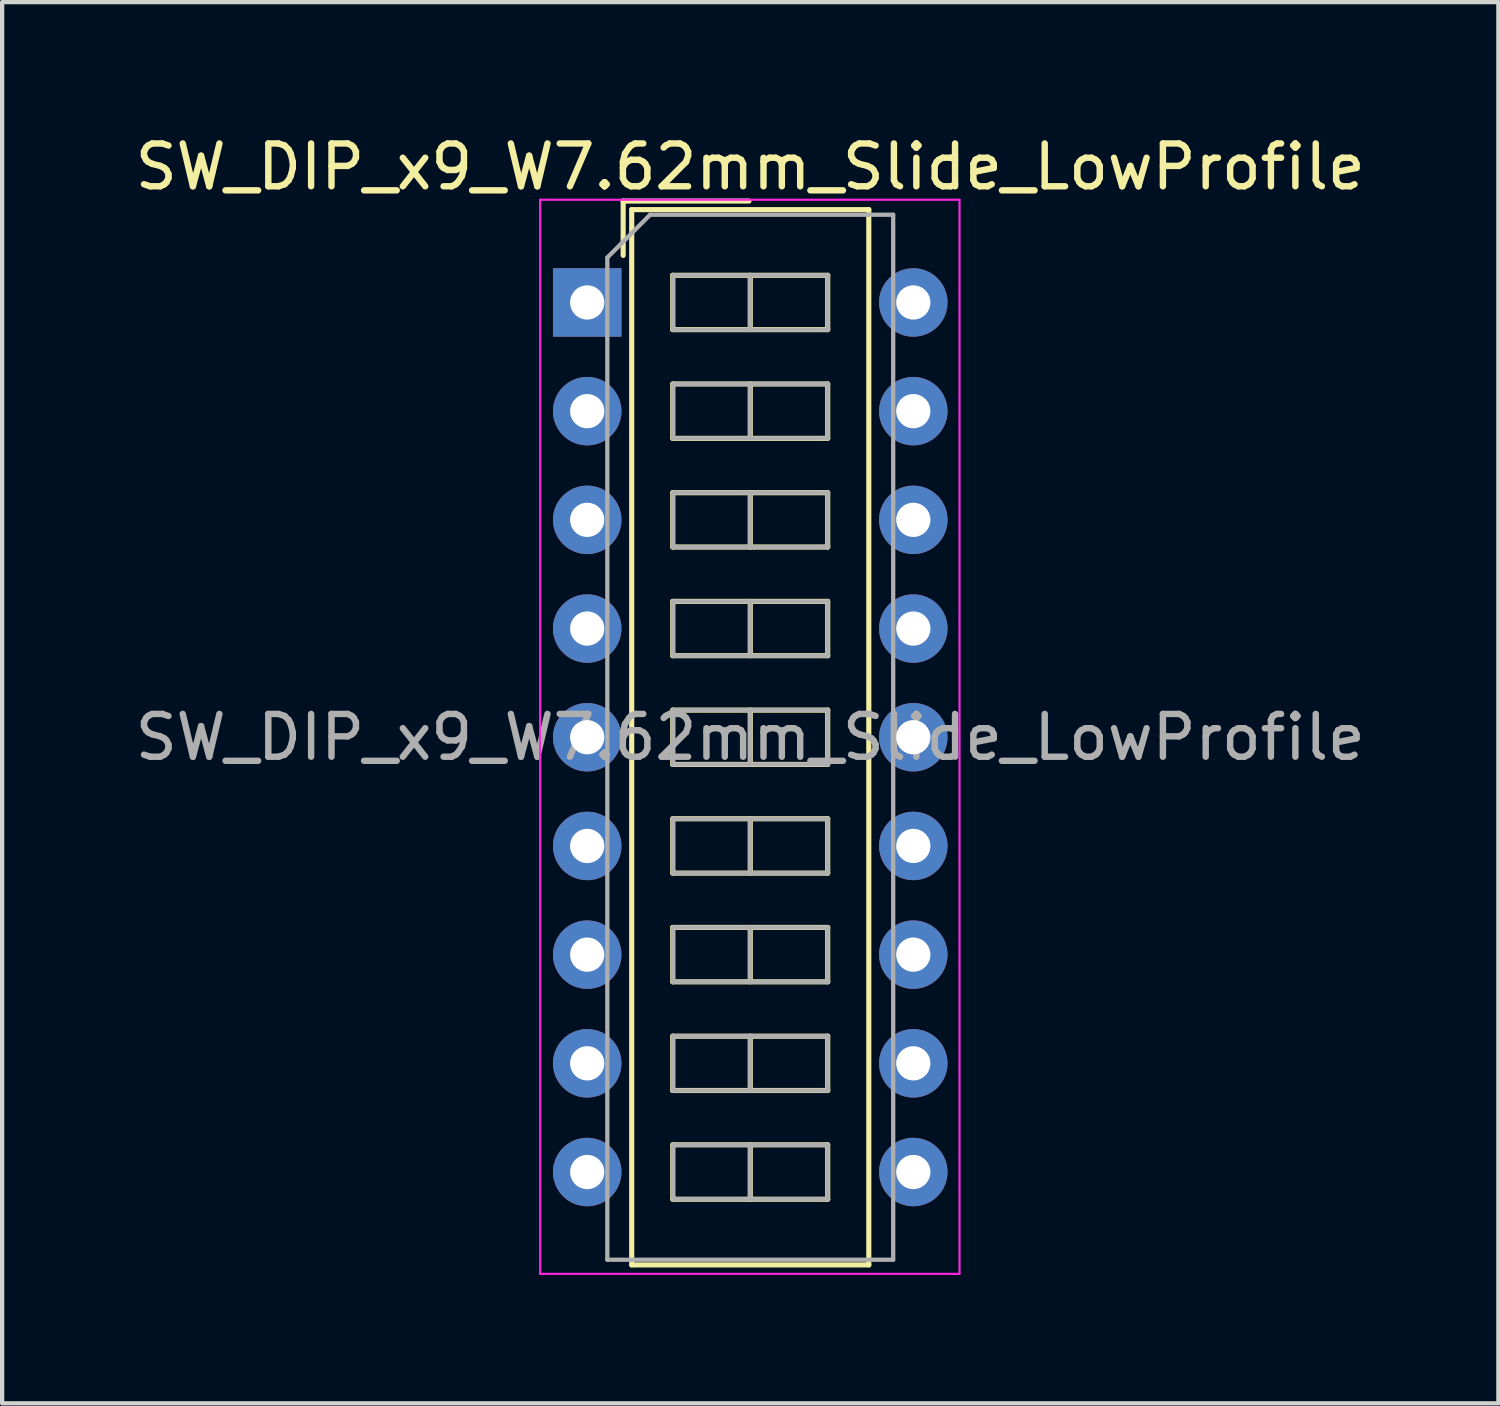
<source format=kicad_pcb>
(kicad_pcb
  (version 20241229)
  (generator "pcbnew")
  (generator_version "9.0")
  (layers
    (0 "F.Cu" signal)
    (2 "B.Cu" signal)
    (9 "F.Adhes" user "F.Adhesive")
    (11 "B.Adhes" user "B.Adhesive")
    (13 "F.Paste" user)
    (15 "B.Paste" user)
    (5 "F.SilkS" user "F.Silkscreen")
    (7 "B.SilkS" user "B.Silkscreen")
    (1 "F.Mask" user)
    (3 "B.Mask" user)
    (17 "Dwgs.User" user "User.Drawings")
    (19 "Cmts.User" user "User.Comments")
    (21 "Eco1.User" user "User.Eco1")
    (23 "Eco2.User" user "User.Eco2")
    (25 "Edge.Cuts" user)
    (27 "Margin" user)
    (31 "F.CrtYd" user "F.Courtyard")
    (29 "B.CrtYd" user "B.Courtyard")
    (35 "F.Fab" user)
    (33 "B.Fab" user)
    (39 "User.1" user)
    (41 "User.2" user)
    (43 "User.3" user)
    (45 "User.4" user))
  (footprint "SW_DIP_x9_W7.62mm_Slide_LowProfile"
    (layer "F.Cu")
    (at 10.672 4.018)
    (property "Reference" "SW_DIP_x9_W7.62mm_Slide_LowProfile" (at 3.81 -3.17 0) (layer "F.SilkS") (effects (font (size 1 1) (thickness 0.15))))
    (attr through_hole)
    (fp_line (start 0.84 -2.37) (end 0.84 -1.1) (stroke (width 0.12) (type solid)) (layer "F.SilkS"))
    (fp_line (start 0.84 -2.37) (end 3.78 -2.37) (stroke (width 0.12) (type solid)) (layer "F.SilkS"))
    (fp_line (start 1.04 -2.17) (end 6.58 -2.17) (stroke (width 0.12) (type solid)) (layer "F.SilkS"))
    (fp_line (start 1.04 22.49) (end 1.04 -2.17) (stroke (width 0.12) (type solid)) (layer "F.SilkS"))
    (fp_line (start 2 -0.635) (end 2 0.635) (stroke (width 0.12) (type solid)) (layer "F.SilkS"))
    (fp_line (start 2 0.635) (end 5.62 0.635) (stroke (width 0.12) (type solid)) (layer "F.SilkS"))
    (fp_line (start 2 1.905) (end 2 3.175) (stroke (width 0.12) (type solid)) (layer "F.SilkS"))
    (fp_line (start 2 3.175) (end 5.62 3.175) (stroke (width 0.12) (type solid)) (layer "F.SilkS"))
    (fp_line (start 2 4.445) (end 2 5.715) (stroke (width 0.12) (type solid)) (layer "F.SilkS"))
    (fp_line (start 2 5.715) (end 5.62 5.715) (stroke (width 0.12) (type solid)) (layer "F.SilkS"))
    (fp_line (start 2 6.985) (end 2 8.255) (stroke (width 0.12) (type solid)) (layer "F.SilkS"))
    (fp_line (start 2 8.255) (end 5.62 8.255) (stroke (width 0.12) (type solid)) (layer "F.SilkS"))
    (fp_line (start 2 9.525) (end 2 10.795) (stroke (width 0.12) (type solid)) (layer "F.SilkS"))
    (fp_line (start 2 10.795) (end 5.62 10.795) (stroke (width 0.12) (type solid)) (layer "F.SilkS"))
    (fp_line (start 2 12.065) (end 2 13.335) (stroke (width 0.12) (type solid)) (layer "F.SilkS"))
    (fp_line (start 2 13.335) (end 5.62 13.335) (stroke (width 0.12) (type solid)) (layer "F.SilkS"))
    (fp_line (start 2 14.605) (end 2 15.875) (stroke (width 0.12) (type solid)) (layer "F.SilkS"))
    (fp_line (start 2 15.875) (end 5.62 15.875) (stroke (width 0.12) (type solid)) (layer "F.SilkS"))
    (fp_line (start 2 17.145) (end 2 18.415) (stroke (width 0.12) (type solid)) (layer "F.SilkS"))
    (fp_line (start 2 18.415) (end 5.62 18.415) (stroke (width 0.12) (type solid)) (layer "F.SilkS"))
    (fp_line (start 2 19.685) (end 2 20.955) (stroke (width 0.12) (type solid)) (layer "F.SilkS"))
    (fp_line (start 2 20.955) (end 5.62 20.955) (stroke (width 0.12) (type solid)) (layer "F.SilkS"))
    (fp_line (start 3.81 -0.635) (end 3.81 0.635) (stroke (width 0.12) (type solid)) (layer "F.SilkS"))
    (fp_line (start 3.81 1.905) (end 3.81 3.175) (stroke (width 0.12) (type solid)) (layer "F.SilkS"))
    (fp_line (start 3.81 4.445) (end 3.81 5.715) (stroke (width 0.12) (type solid)) (layer "F.SilkS"))
    (fp_line (start 3.81 6.985) (end 3.81 8.255) (stroke (width 0.12) (type solid)) (layer "F.SilkS"))
    (fp_line (start 3.81 9.525) (end 3.81 10.795) (stroke (width 0.12) (type solid)) (layer "F.SilkS"))
    (fp_line (start 3.81 12.065) (end 3.81 13.335) (stroke (width 0.12) (type solid)) (layer "F.SilkS"))
    (fp_line (start 3.81 14.605) (end 3.81 15.875) (stroke (width 0.12) (type solid)) (layer "F.SilkS"))
    (fp_line (start 3.81 17.145) (end 3.81 18.415) (stroke (width 0.12) (type solid)) (layer "F.SilkS"))
    (fp_line (start 3.81 19.685) (end 3.81 20.955) (stroke (width 0.12) (type solid)) (layer "F.SilkS"))
    (fp_line (start 5.62 -0.635) (end 2 -0.635) (stroke (width 0.12) (type solid)) (layer "F.SilkS"))
    (fp_line (start 5.62 0.635) (end 5.62 -0.635) (stroke (width 0.12) (type solid)) (layer "F.SilkS"))
    (fp_line (start 5.62 1.905) (end 2 1.905) (stroke (width 0.12) (type solid)) (layer "F.SilkS"))
    (fp_line (start 5.62 3.175) (end 5.62 1.905) (stroke (width 0.12) (type solid)) (layer "F.SilkS"))
    (fp_line (start 5.62 4.445) (end 2 4.445) (stroke (width 0.12) (type solid)) (layer "F.SilkS"))
    (fp_line (start 5.62 5.715) (end 5.62 4.445) (stroke (width 0.12) (type solid)) (layer "F.SilkS"))
    (fp_line (start 5.62 6.985) (end 2 6.985) (stroke (width 0.12) (type solid)) (layer "F.SilkS"))
    (fp_line (start 5.62 8.255) (end 5.62 6.985) (stroke (width 0.12) (type solid)) (layer "F.SilkS"))
    (fp_line (start 5.62 9.525) (end 2 9.525) (stroke (width 0.12) (type solid)) (layer "F.SilkS"))
    (fp_line (start 5.62 10.795) (end 5.62 9.525) (stroke (width 0.12) (type solid)) (layer "F.SilkS"))
    (fp_line (start 5.62 12.065) (end 2 12.065) (stroke (width 0.12) (type solid)) (layer "F.SilkS"))
    (fp_line (start 5.62 13.335) (end 5.62 12.065) (stroke (width 0.12) (type solid)) (layer "F.SilkS"))
    (fp_line (start 5.62 14.605) (end 2 14.605) (stroke (width 0.12) (type solid)) (layer "F.SilkS"))
    (fp_line (start 5.62 15.875) (end 5.62 14.605) (stroke (width 0.12) (type solid)) (layer "F.SilkS"))
    (fp_line (start 5.62 17.145) (end 2 17.145) (stroke (width 0.12) (type solid)) (layer "F.SilkS"))
    (fp_line (start 5.62 18.415) (end 5.62 17.145) (stroke (width 0.12) (type solid)) (layer "F.SilkS"))
    (fp_line (start 5.62 19.685) (end 2 19.685) (stroke (width 0.12) (type solid)) (layer "F.SilkS"))
    (fp_line (start 5.62 20.955) (end 5.62 19.685) (stroke (width 0.12) (type solid)) (layer "F.SilkS"))
    (fp_line (start 6.58 -2.17) (end 6.58 22.49) (stroke (width 0.12) (type solid)) (layer "F.SilkS"))
    (fp_line (start 6.58 22.49) (end 1.04 22.49) (stroke (width 0.12) (type solid)) (layer "F.SilkS"))
    (fp_line (start -1.1 -2.4) (end -1.1 22.7) (stroke (width 0.05) (type solid)) (layer "F.CrtYd"))
    (fp_line (start -1.1 22.7) (end 8.7 22.7) (stroke (width 0.05) (type solid)) (layer "F.CrtYd"))
    (fp_line (start 8.7 -2.4) (end -1.1 -2.4) (stroke (width 0.05) (type solid)) (layer "F.CrtYd"))
    (fp_line (start 8.7 22.7) (end 8.7 -2.4) (stroke (width 0.05) (type solid)) (layer "F.CrtYd"))
    (fp_line (start 0.47 -1.05) (end 1.47 -2.05) (stroke (width 0.1) (type solid)) (layer "F.Fab"))
    (fp_line (start 0.47 22.37) (end 0.47 -1.05) (stroke (width 0.1) (type solid)) (layer "F.Fab"))
    (fp_line (start 1.47 -2.05) (end 7.15 -2.05) (stroke (width 0.1) (type solid)) (layer "F.Fab"))
    (fp_line (start 2 -0.635) (end 2 0.635) (stroke (width 0.1) (type solid)) (layer "F.Fab"))
    (fp_line (start 2 0.635) (end 5.62 0.635) (stroke (width 0.1) (type solid)) (layer "F.Fab"))
    (fp_line (start 2 1.905) (end 2 3.175) (stroke (width 0.1) (type solid)) (layer "F.Fab"))
    (fp_line (start 2 3.175) (end 5.62 3.175) (stroke (width 0.1) (type solid)) (layer "F.Fab"))
    (fp_line (start 2 4.445) (end 2 5.715) (stroke (width 0.1) (type solid)) (layer "F.Fab"))
    (fp_line (start 2 5.715) (end 5.62 5.715) (stroke (width 0.1) (type solid)) (layer "F.Fab"))
    (fp_line (start 2 6.985) (end 2 8.255) (stroke (width 0.1) (type solid)) (layer "F.Fab"))
    (fp_line (start 2 8.255) (end 5.62 8.255) (stroke (width 0.1) (type solid)) (layer "F.Fab"))
    (fp_line (start 2 9.525) (end 2 10.795) (stroke (width 0.1) (type solid)) (layer "F.Fab"))
    (fp_line (start 2 10.795) (end 5.62 10.795) (stroke (width 0.1) (type solid)) (layer "F.Fab"))
    (fp_line (start 2 12.065) (end 2 13.335) (stroke (width 0.1) (type solid)) (layer "F.Fab"))
    (fp_line (start 2 13.335) (end 5.62 13.335) (stroke (width 0.1) (type solid)) (layer "F.Fab"))
    (fp_line (start 2 14.605) (end 2 15.875) (stroke (width 0.1) (type solid)) (layer "F.Fab"))
    (fp_line (start 2 15.875) (end 5.62 15.875) (stroke (width 0.1) (type solid)) (layer "F.Fab"))
    (fp_line (start 2 17.145) (end 2 18.415) (stroke (width 0.1) (type solid)) (layer "F.Fab"))
    (fp_line (start 2 18.415) (end 5.62 18.415) (stroke (width 0.1) (type solid)) (layer "F.Fab"))
    (fp_line (start 2 19.685) (end 2 20.955) (stroke (width 0.1) (type solid)) (layer "F.Fab"))
    (fp_line (start 2 20.955) (end 5.62 20.955) (stroke (width 0.1) (type solid)) (layer "F.Fab"))
    (fp_line (start 3.81 -0.635) (end 3.81 0.635) (stroke (width 0.1) (type solid)) (layer "F.Fab"))
    (fp_line (start 3.81 1.905) (end 3.81 3.175) (stroke (width 0.1) (type solid)) (layer "F.Fab"))
    (fp_line (start 3.81 4.445) (end 3.81 5.715) (stroke (width 0.1) (type solid)) (layer "F.Fab"))
    (fp_line (start 3.81 6.985) (end 3.81 8.255) (stroke (width 0.1) (type solid)) (layer "F.Fab"))
    (fp_line (start 3.81 9.525) (end 3.81 10.795) (stroke (width 0.1) (type solid)) (layer "F.Fab"))
    (fp_line (start 3.81 12.065) (end 3.81 13.335) (stroke (width 0.1) (type solid)) (layer "F.Fab"))
    (fp_line (start 3.81 14.605) (end 3.81 15.875) (stroke (width 0.1) (type solid)) (layer "F.Fab"))
    (fp_line (start 3.81 17.145) (end 3.81 18.415) (stroke (width 0.1) (type solid)) (layer "F.Fab"))
    (fp_line (start 3.81 19.685) (end 3.81 20.955) (stroke (width 0.1) (type solid)) (layer "F.Fab"))
    (fp_line (start 5.62 -0.635) (end 2 -0.635) (stroke (width 0.1) (type solid)) (layer "F.Fab"))
    (fp_line (start 5.62 0.635) (end 5.62 -0.635) (stroke (width 0.1) (type solid)) (layer "F.Fab"))
    (fp_line (start 5.62 1.905) (end 2 1.905) (stroke (width 0.1) (type solid)) (layer "F.Fab"))
    (fp_line (start 5.62 3.175) (end 5.62 1.905) (stroke (width 0.1) (type solid)) (layer "F.Fab"))
    (fp_line (start 5.62 4.445) (end 2 4.445) (stroke (width 0.1) (type solid)) (layer "F.Fab"))
    (fp_line (start 5.62 5.715) (end 5.62 4.445) (stroke (width 0.1) (type solid)) (layer "F.Fab"))
    (fp_line (start 5.62 6.985) (end 2 6.985) (stroke (width 0.1) (type solid)) (layer "F.Fab"))
    (fp_line (start 5.62 8.255) (end 5.62 6.985) (stroke (width 0.1) (type solid)) (layer "F.Fab"))
    (fp_line (start 5.62 9.525) (end 2 9.525) (stroke (width 0.1) (type solid)) (layer "F.Fab"))
    (fp_line (start 5.62 10.795) (end 5.62 9.525) (stroke (width 0.1) (type solid)) (layer "F.Fab"))
    (fp_line (start 5.62 12.065) (end 2 12.065) (stroke (width 0.1) (type solid)) (layer "F.Fab"))
    (fp_line (start 5.62 13.335) (end 5.62 12.065) (stroke (width 0.1) (type solid)) (layer "F.Fab"))
    (fp_line (start 5.62 14.605) (end 2 14.605) (stroke (width 0.1) (type solid)) (layer "F.Fab"))
    (fp_line (start 5.62 15.875) (end 5.62 14.605) (stroke (width 0.1) (type solid)) (layer "F.Fab"))
    (fp_line (start 5.62 17.145) (end 2 17.145) (stroke (width 0.1) (type solid)) (layer "F.Fab"))
    (fp_line (start 5.62 18.415) (end 5.62 17.145) (stroke (width 0.1) (type solid)) (layer "F.Fab"))
    (fp_line (start 5.62 19.685) (end 2 19.685) (stroke (width 0.1) (type solid)) (layer "F.Fab"))
    (fp_line (start 5.62 20.955) (end 5.62 19.685) (stroke (width 0.1) (type solid)) (layer "F.Fab"))
    (fp_line (start 7.15 -2.05) (end 7.15 22.37) (stroke (width 0.1) (type solid)) (layer "F.Fab"))
    (fp_line (start 7.15 22.37) (end 0.47 22.37) (stroke (width 0.1) (type solid)) (layer "F.Fab"))
    (fp_text user "${REFERENCE}" (at 3.81 10.16 0) (layer "F.Fab") (effects (font (size 1 1) (thickness 0.15))))
    (pad "1" thru_hole rect (at 0 0) (size 1.6 1.6) (drill 0.8) (layers "*.Cu" "*.Mask"))
    (pad "2" thru_hole oval (at 0 2.54) (size 1.6 1.6) (drill 0.8) (layers "*.Cu" "*.Mask"))
    (pad "3" thru_hole oval (at 0 5.08) (size 1.6 1.6) (drill 0.8) (layers "*.Cu" "*.Mask"))
    (pad "4" thru_hole oval (at 0 7.62) (size 1.6 1.6) (drill 0.8) (layers "*.Cu" "*.Mask"))
    (pad "5" thru_hole oval (at 0 10.16) (size 1.6 1.6) (drill 0.8) (layers "*.Cu" "*.Mask"))
    (pad "6" thru_hole oval (at 0 12.7) (size 1.6 1.6) (drill 0.8) (layers "*.Cu" "*.Mask"))
    (pad "7" thru_hole oval (at 0 15.24) (size 1.6 1.6) (drill 0.8) (layers "*.Cu" "*.Mask"))
    (pad "8" thru_hole oval (at 0 17.78) (size 1.6 1.6) (drill 0.8) (layers "*.Cu" "*.Mask"))
    (pad "9" thru_hole oval (at 0 20.32) (size 1.6 1.6) (drill 0.8) (layers "*.Cu" "*.Mask"))
    (pad "10" thru_hole oval (at 7.62 20.32) (size 1.6 1.6) (drill 0.8) (layers "*.Cu" "*.Mask"))
    (pad "11" thru_hole oval (at 7.62 17.78) (size 1.6 1.6) (drill 0.8) (layers "*.Cu" "*.Mask"))
    (pad "12" thru_hole oval (at 7.62 15.24) (size 1.6 1.6) (drill 0.8) (layers "*.Cu" "*.Mask"))
    (pad "13" thru_hole oval (at 7.62 12.7) (size 1.6 1.6) (drill 0.8) (layers "*.Cu" "*.Mask"))
    (pad "14" thru_hole oval (at 7.62 10.16) (size 1.6 1.6) (drill 0.8) (layers "*.Cu" "*.Mask"))
    (pad "15" thru_hole oval (at 7.62 7.62) (size 1.6 1.6) (drill 0.8) (layers "*.Cu" "*.Mask"))
    (pad "16" thru_hole oval (at 7.62 5.08) (size 1.6 1.6) (drill 0.8) (layers "*.Cu" "*.Mask"))
    (pad "17" thru_hole oval (at 7.62 2.54) (size 1.6 1.6) (drill 0.8) (layers "*.Cu" "*.Mask"))
    (pad "18" thru_hole oval (at 7.62 0) (size 1.6 1.6) (drill 0.8) (layers "*.Cu" "*.Mask")))
  (gr_rect
    (start -3 -3)
    (end 31.964 29.743)
    (stroke (width 0.1) (type default))
    (fill no)
    (layer "Edge.Cuts")))
</source>
